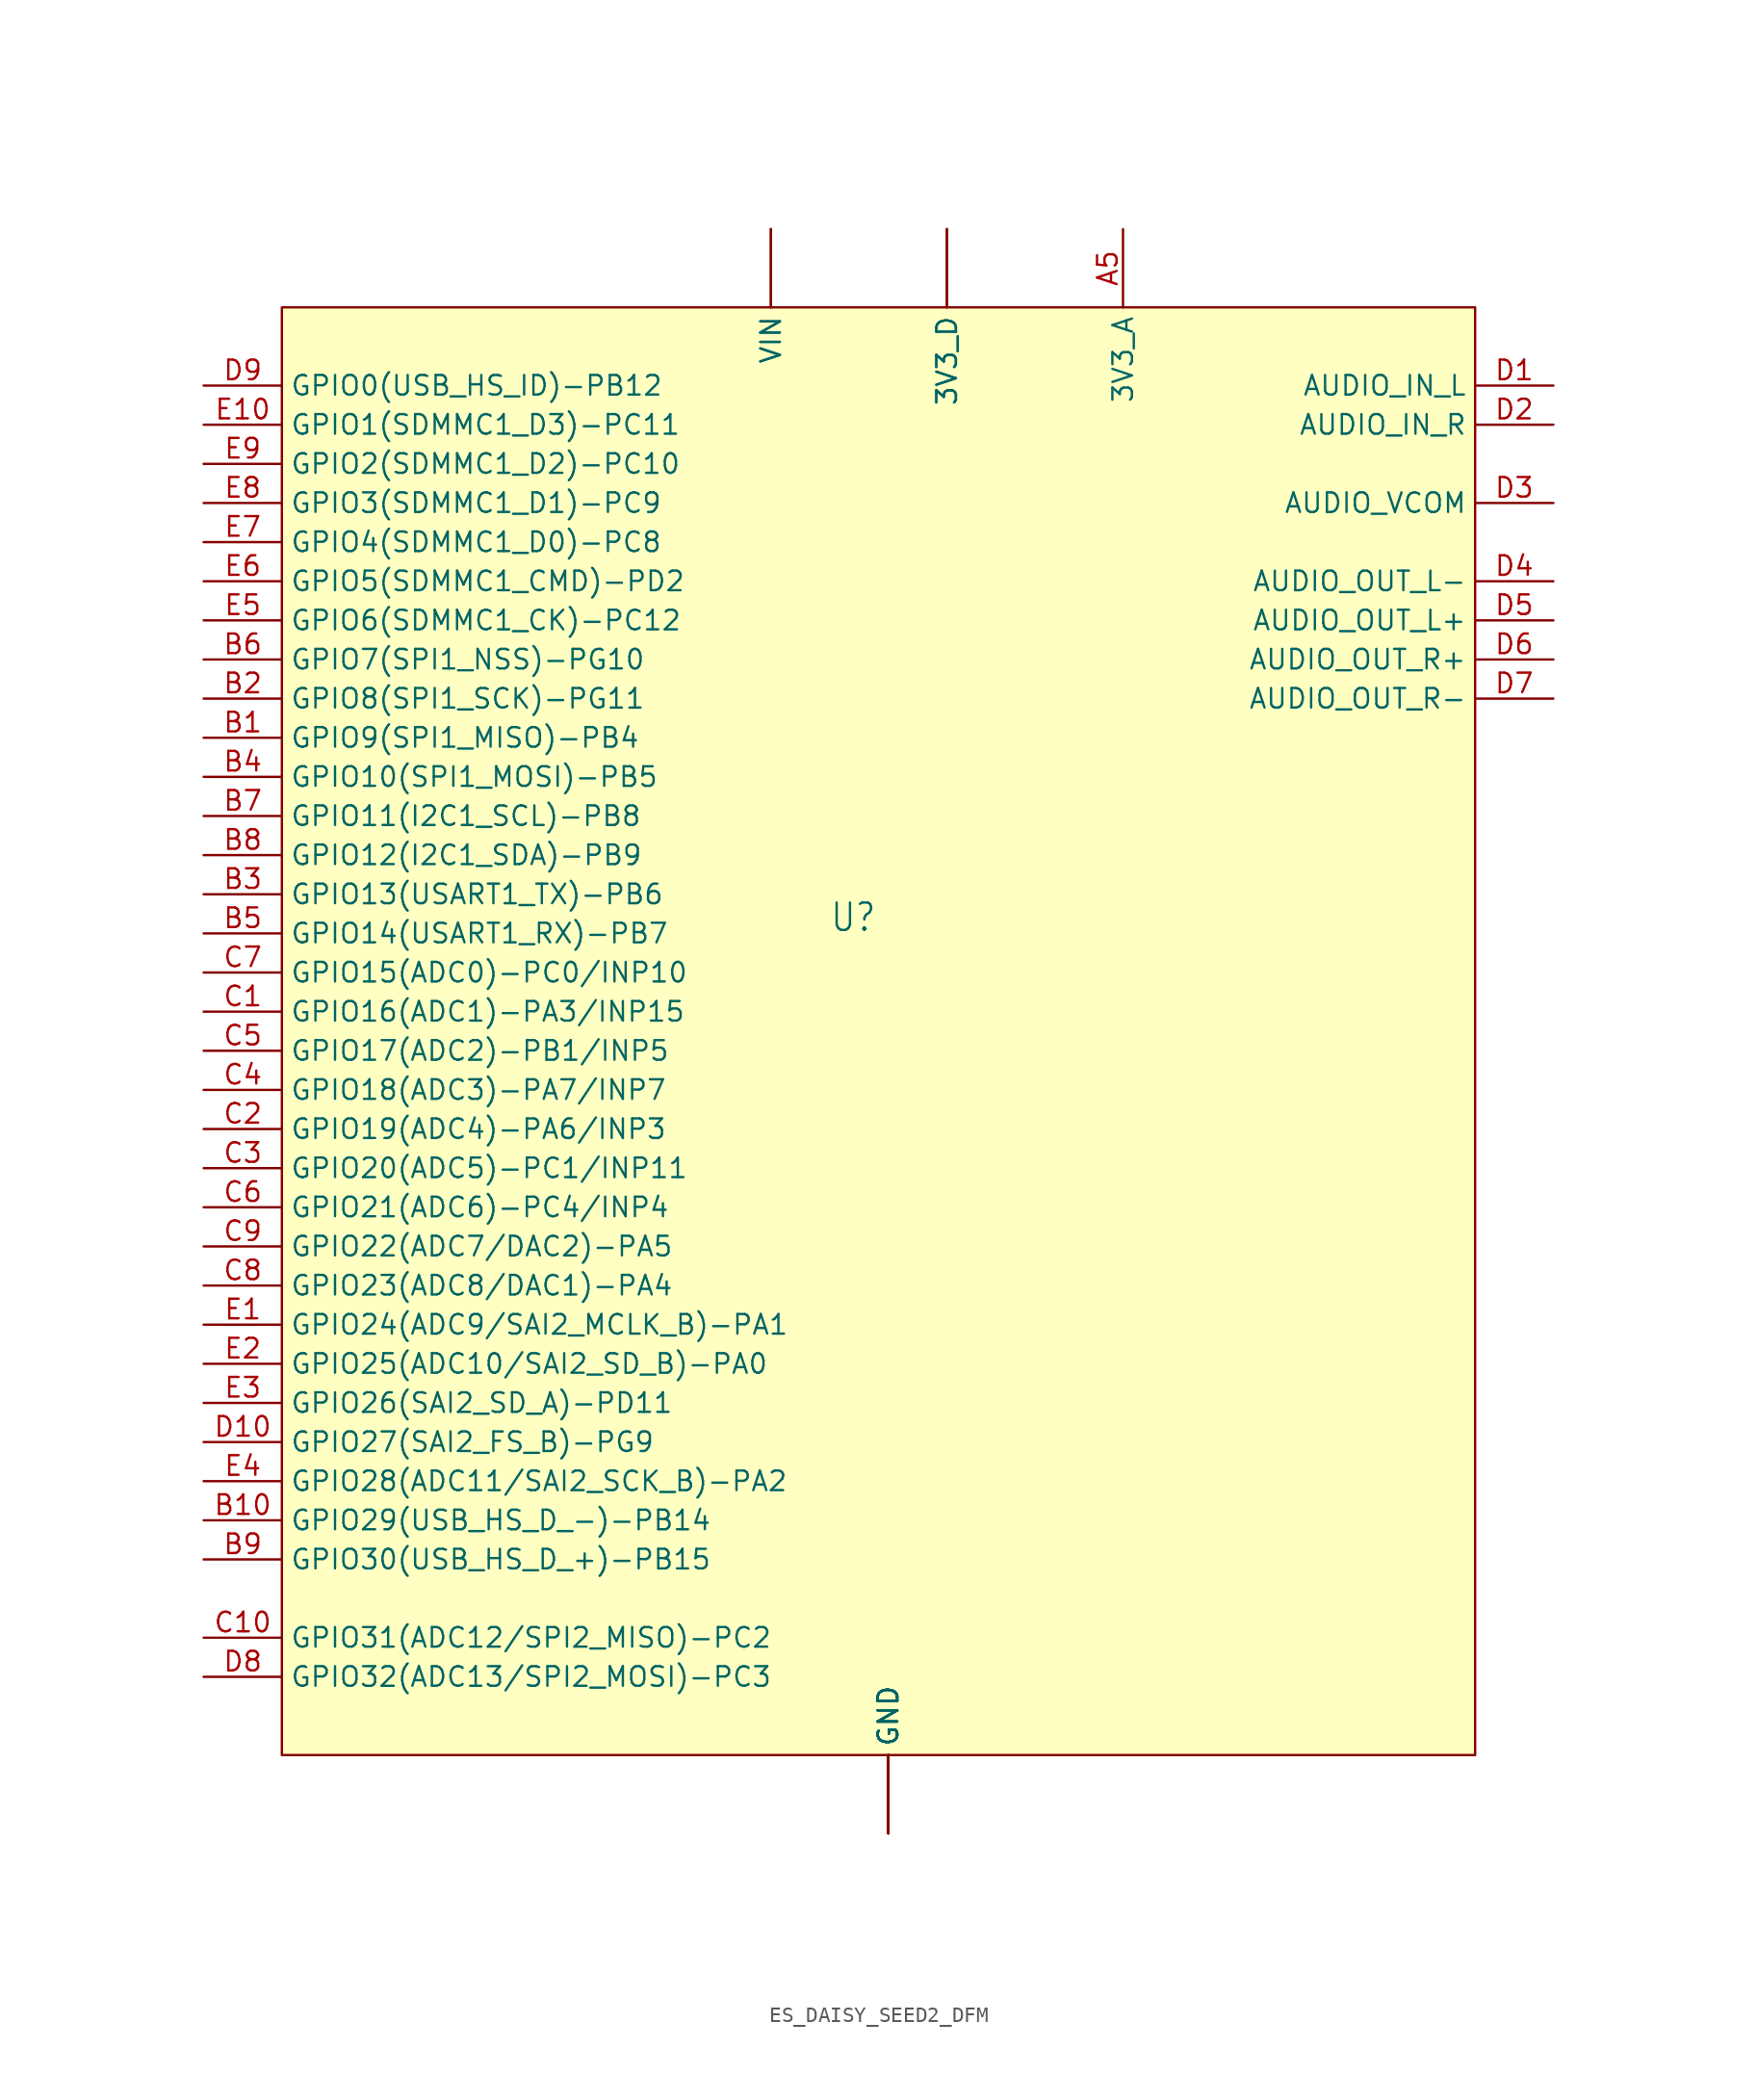
<source format=kicad_sym>
(kicad_symbol_lib
  (version 20220914)
  (generator kicad_symbol_editor)
  (symbol "ES_DAISY_SEED2_DFM"
    (property "Reference" "U"
      (at -1.27 2.54 0)
      (effects (font (size 1.778 1.511)) (justify left bottom)))
    (symbol "ES_DAISY_SEED2_DFM_1_0"
      (pin power_in line (at -5.08 48.26 270) (length 5.08) (name "VIN" (effects (font (size 1.27 1.27)))) (number "A1" (effects (font (size 0 0)))))
      (pin passive line (at 2.54 -55.88 90) (length 5.08) (name "GND" (effects (font (size 1.27 1.27)))) (number "A10" (effects (font (size 0 0)))))
      (pin passive line (at -5.08 48.26 270) (length 5.08) (name "VIN" (effects (font (size 1.27 1.27)))) (number "A2" (effects (font (size 0 0)))))
      (pin power_in line (at 6.35 48.26 270) (length 5.08) (name "3V3_D" (effects (font (size 1.27 1.27)))) (number "A3" (effects (font (size 0 0)))))
      (pin passive line (at 6.35 48.26 270) (length 5.08) (name "3V3_D" (effects (font (size 1.27 1.27)))) (number "A4" (effects (font (size 0 0)))))
      (pin power_in line (at 17.78 48.26 270) (length 5.08) (name "3V3_A" (effects (font (size 1.27 1.27)))) (number "A5" (effects (font (size 1.27 1.27)))))
      (pin power_in line (at 2.54 -55.88 90) (length 5.08) (name "GND" (effects (font (size 1.27 1.27)))) (number "A6" (effects (font (size 0 0)))))
      (pin passive line (at 2.54 -55.88 90) (length 5.08) (name "GND" (effects (font (size 1.27 1.27)))) (number "A7" (effects (font (size 0 0)))))
      (pin passive line (at 2.54 -55.88 90) (length 5.08) (name "GND" (effects (font (size 1.27 1.27)))) (number "A8" (effects (font (size 0 0)))))
      (pin passive line (at 2.54 -55.88 90) (length 5.08) (name "GND" (effects (font (size 1.27 1.27)))) (number "A9" (effects (font (size 0 0)))))
      (pin bidirectional line (at -41.91 15.24 0) (length 5.08) (name "GPIO9(SPI1_MISO)-PB4" (effects (font (size 1.27 1.27)))) (number "B1" (effects (font (size 1.27 1.27)))))
      (pin bidirectional line (at -41.91 -35.56 0) (length 5.08) (name "GPIO29(USB_HS_D_-)-PB14" (effects (font (size 1.27 1.27)))) (number "B10" (effects (font (size 1.27 1.27)))))
      (pin bidirectional line (at -41.91 17.78 0) (length 5.08) (name "GPIO8(SPI1_SCK)-PG11" (effects (font (size 1.27 1.27)))) (number "B2" (effects (font (size 1.27 1.27)))))
      (pin bidirectional line (at -41.91 5.08 0) (length 5.08) (name "GPIO13(USART1_TX)-PB6" (effects (font (size 1.27 1.27)))) (number "B3" (effects (font (size 1.27 1.27)))))
      (pin bidirectional line (at -41.91 12.7 0) (length 5.08) (name "GPIO10(SPI1_MOSI)-PB5" (effects (font (size 1.27 1.27)))) (number "B4" (effects (font (size 1.27 1.27)))))
      (pin bidirectional line (at -41.91 2.54 0) (length 5.08) (name "GPIO14(USART1_RX)-PB7" (effects (font (size 1.27 1.27)))) (number "B5" (effects (font (size 1.27 1.27)))))
      (pin bidirectional line (at -41.91 20.32 0) (length 5.08) (name "GPIO7(SPI1_NSS)-PG10" (effects (font (size 1.27 1.27)))) (number "B6" (effects (font (size 1.27 1.27)))))
      (pin bidirectional line (at -41.91 10.16 0) (length 5.08) (name "GPIO11(I2C1_SCL)-PB8" (effects (font (size 1.27 1.27)))) (number "B7" (effects (font (size 1.27 1.27)))))
      (pin bidirectional line (at -41.91 7.62 0) (length 5.08) (name "GPIO12(I2C1_SDA)-PB9" (effects (font (size 1.27 1.27)))) (number "B8" (effects (font (size 1.27 1.27)))))
      (pin bidirectional line (at -41.91 -38.1 0) (length 5.08) (name "GPIO30(USB_HS_D_+)-PB15" (effects (font (size 1.27 1.27)))) (number "B9" (effects (font (size 1.27 1.27)))))
      (pin bidirectional line (at -41.91 -2.54 0) (length 5.08) (name "GPIO16(ADC1)-PA3/INP15" (effects (font (size 1.27 1.27)))) (number "C1" (effects (font (size 1.27 1.27)))))
      (pin bidirectional line (at -41.91 -43.18 0) (length 5.08) (name "GPIO31(ADC12/SPI2_MISO)-PC2" (effects (font (size 1.27 1.27)))) (number "C10" (effects (font (size 1.27 1.27)))))
      (pin bidirectional line (at -41.91 -10.16 0) (length 5.08) (name "GPIO19(ADC4)-PA6/INP3" (effects (font (size 1.27 1.27)))) (number "C2" (effects (font (size 1.27 1.27)))))
      (pin bidirectional line (at -41.91 -12.7 0) (length 5.08) (name "GPIO20(ADC5)-PC1/INP11" (effects (font (size 1.27 1.27)))) (number "C3" (effects (font (size 1.27 1.27)))))
      (pin bidirectional line (at -41.91 -7.62 0) (length 5.08) (name "GPIO18(ADC3)-PA7/INP7" (effects (font (size 1.27 1.27)))) (number "C4" (effects (font (size 1.27 1.27)))))
      (pin bidirectional line (at -41.91 -5.08 0) (length 5.08) (name "GPIO17(ADC2)-PB1/INP5" (effects (font (size 1.27 1.27)))) (number "C5" (effects (font (size 1.27 1.27)))))
      (pin bidirectional line (at -41.91 -15.24 0) (length 5.08) (name "GPIO21(ADC6)-PC4/INP4" (effects (font (size 1.27 1.27)))) (number "C6" (effects (font (size 1.27 1.27)))))
      (pin bidirectional line (at -41.91 0 0) (length 5.08) (name "GPIO15(ADC0)-PC0/INP10" (effects (font (size 1.27 1.27)))) (number "C7" (effects (font (size 1.27 1.27)))))
      (pin bidirectional line (at -41.91 -20.32 0) (length 5.08) (name "GPIO23(ADC8/DAC1)-PA4" (effects (font (size 1.27 1.27)))) (number "C8" (effects (font (size 1.27 1.27)))))
      (pin bidirectional line (at -41.91 -17.78 0) (length 5.08) (name "GPIO22(ADC7/DAC2)-PA5" (effects (font (size 1.27 1.27)))) (number "C9" (effects (font (size 1.27 1.27)))))
      (pin input line (at 45.72 38.1 180) (length 5.08) (name "AUDIO_IN_L" (effects (font (size 1.27 1.27)))) (number "D1" (effects (font (size 1.27 1.27)))))
      (pin bidirectional line (at -41.91 -30.48 0) (length 5.08) (name "GPIO27(SAI2_FS_B)-PG9" (effects (font (size 1.27 1.27)))) (number "D10" (effects (font (size 1.27 1.27)))))
      (pin input line (at 45.72 35.56 180) (length 5.08) (name "AUDIO_IN_R" (effects (font (size 1.27 1.27)))) (number "D2" (effects (font (size 1.27 1.27)))))
      (pin output line (at 45.72 30.48 180) (length 5.08) (name "AUDIO_VCOM" (effects (font (size 1.27 1.27)))) (number "D3" (effects (font (size 1.27 1.27)))))
      (pin output line (at 45.72 25.4 180) (length 5.08) (name "AUDIO_OUT_L-" (effects (font (size 1.27 1.27)))) (number "D4" (effects (font (size 1.27 1.27)))))
      (pin output line (at 45.72 22.86 180) (length 5.08) (name "AUDIO_OUT_L+" (effects (font (size 1.27 1.27)))) (number "D5" (effects (font (size 1.27 1.27)))))
      (pin output line (at 45.72 20.32 180) (length 5.08) (name "AUDIO_OUT_R+" (effects (font (size 1.27 1.27)))) (number "D6" (effects (font (size 1.27 1.27)))))
      (pin output line (at 45.72 17.78 180) (length 5.08) (name "AUDIO_OUT_R-" (effects (font (size 1.27 1.27)))) (number "D7" (effects (font (size 1.27 1.27)))))
      (pin bidirectional line (at -41.91 -45.72 0) (length 5.08) (name "GPIO32(ADC13/SPI2_MOSI)-PC3" (effects (font (size 1.27 1.27)))) (number "D8" (effects (font (size 1.27 1.27)))))
      (pin bidirectional line (at -41.91 38.1 0) (length 5.08) (name "GPIO0(USB_HS_ID)-PB12" (effects (font (size 1.27 1.27)))) (number "D9" (effects (font (size 1.27 1.27)))))
      (pin bidirectional line (at -41.91 -22.86 0) (length 5.08) (name "GPIO24(ADC9/SAI2_MCLK_B)-PA1" (effects (font (size 1.27 1.27)))) (number "E1" (effects (font (size 1.27 1.27)))))
      (pin bidirectional line (at -41.91 35.56 0) (length 5.08) (name "GPIO1(SDMMC1_D3)-PC11" (effects (font (size 1.27 1.27)))) (number "E10" (effects (font (size 1.27 1.27)))))
      (pin bidirectional line (at -41.91 -25.4 0) (length 5.08) (name "GPIO25(ADC10/SAI2_SD_B)-PA0" (effects (font (size 1.27 1.27)))) (number "E2" (effects (font (size 1.27 1.27)))))
      (pin bidirectional line (at -41.91 -27.94 0) (length 5.08) (name "GPIO26(SAI2_SD_A)-PD11" (effects (font (size 1.27 1.27)))) (number "E3" (effects (font (size 1.27 1.27)))))
      (pin bidirectional line (at -41.91 -33.02 0) (length 5.08) (name "GPIO28(ADC11/SAI2_SCK_B)-PA2" (effects (font (size 1.27 1.27)))) (number "E4" (effects (font (size 1.27 1.27)))))
      (pin bidirectional line (at -41.91 22.86 0) (length 5.08) (name "GPIO6(SDMMC1_CK)-PC12" (effects (font (size 1.27 1.27)))) (number "E5" (effects (font (size 1.27 1.27)))))
      (pin bidirectional line (at -41.91 25.4 0) (length 5.08) (name "GPIO5(SDMMC1_CMD)-PD2" (effects (font (size 1.27 1.27)))) (number "E6" (effects (font (size 1.27 1.27)))))
      (pin bidirectional line (at -41.91 27.94 0) (length 5.08) (name "GPIO4(SDMMC1_D0)-PC8" (effects (font (size 1.27 1.27)))) (number "E7" (effects (font (size 1.27 1.27)))))
      (pin bidirectional line (at -41.91 30.48 0) (length 5.08) (name "GPIO3(SDMMC1_D1)-PC9" (effects (font (size 1.27 1.27)))) (number "E8" (effects (font (size 1.27 1.27)))))
      (pin bidirectional line (at -41.91 33.02 0) (length 5.08) (name "GPIO2(SDMMC1_D2)-PC10" (effects (font (size 1.27 1.27)))) (number "E9" (effects (font (size 1.27 1.27))))))
    (symbol "ES_DAISY_SEED2_DFM_1_1"
      (rectangle (start -36.83 43.18) (end 40.64 -50.8) (stroke (width 0) (type default)) (fill (type background))))))
</source>
